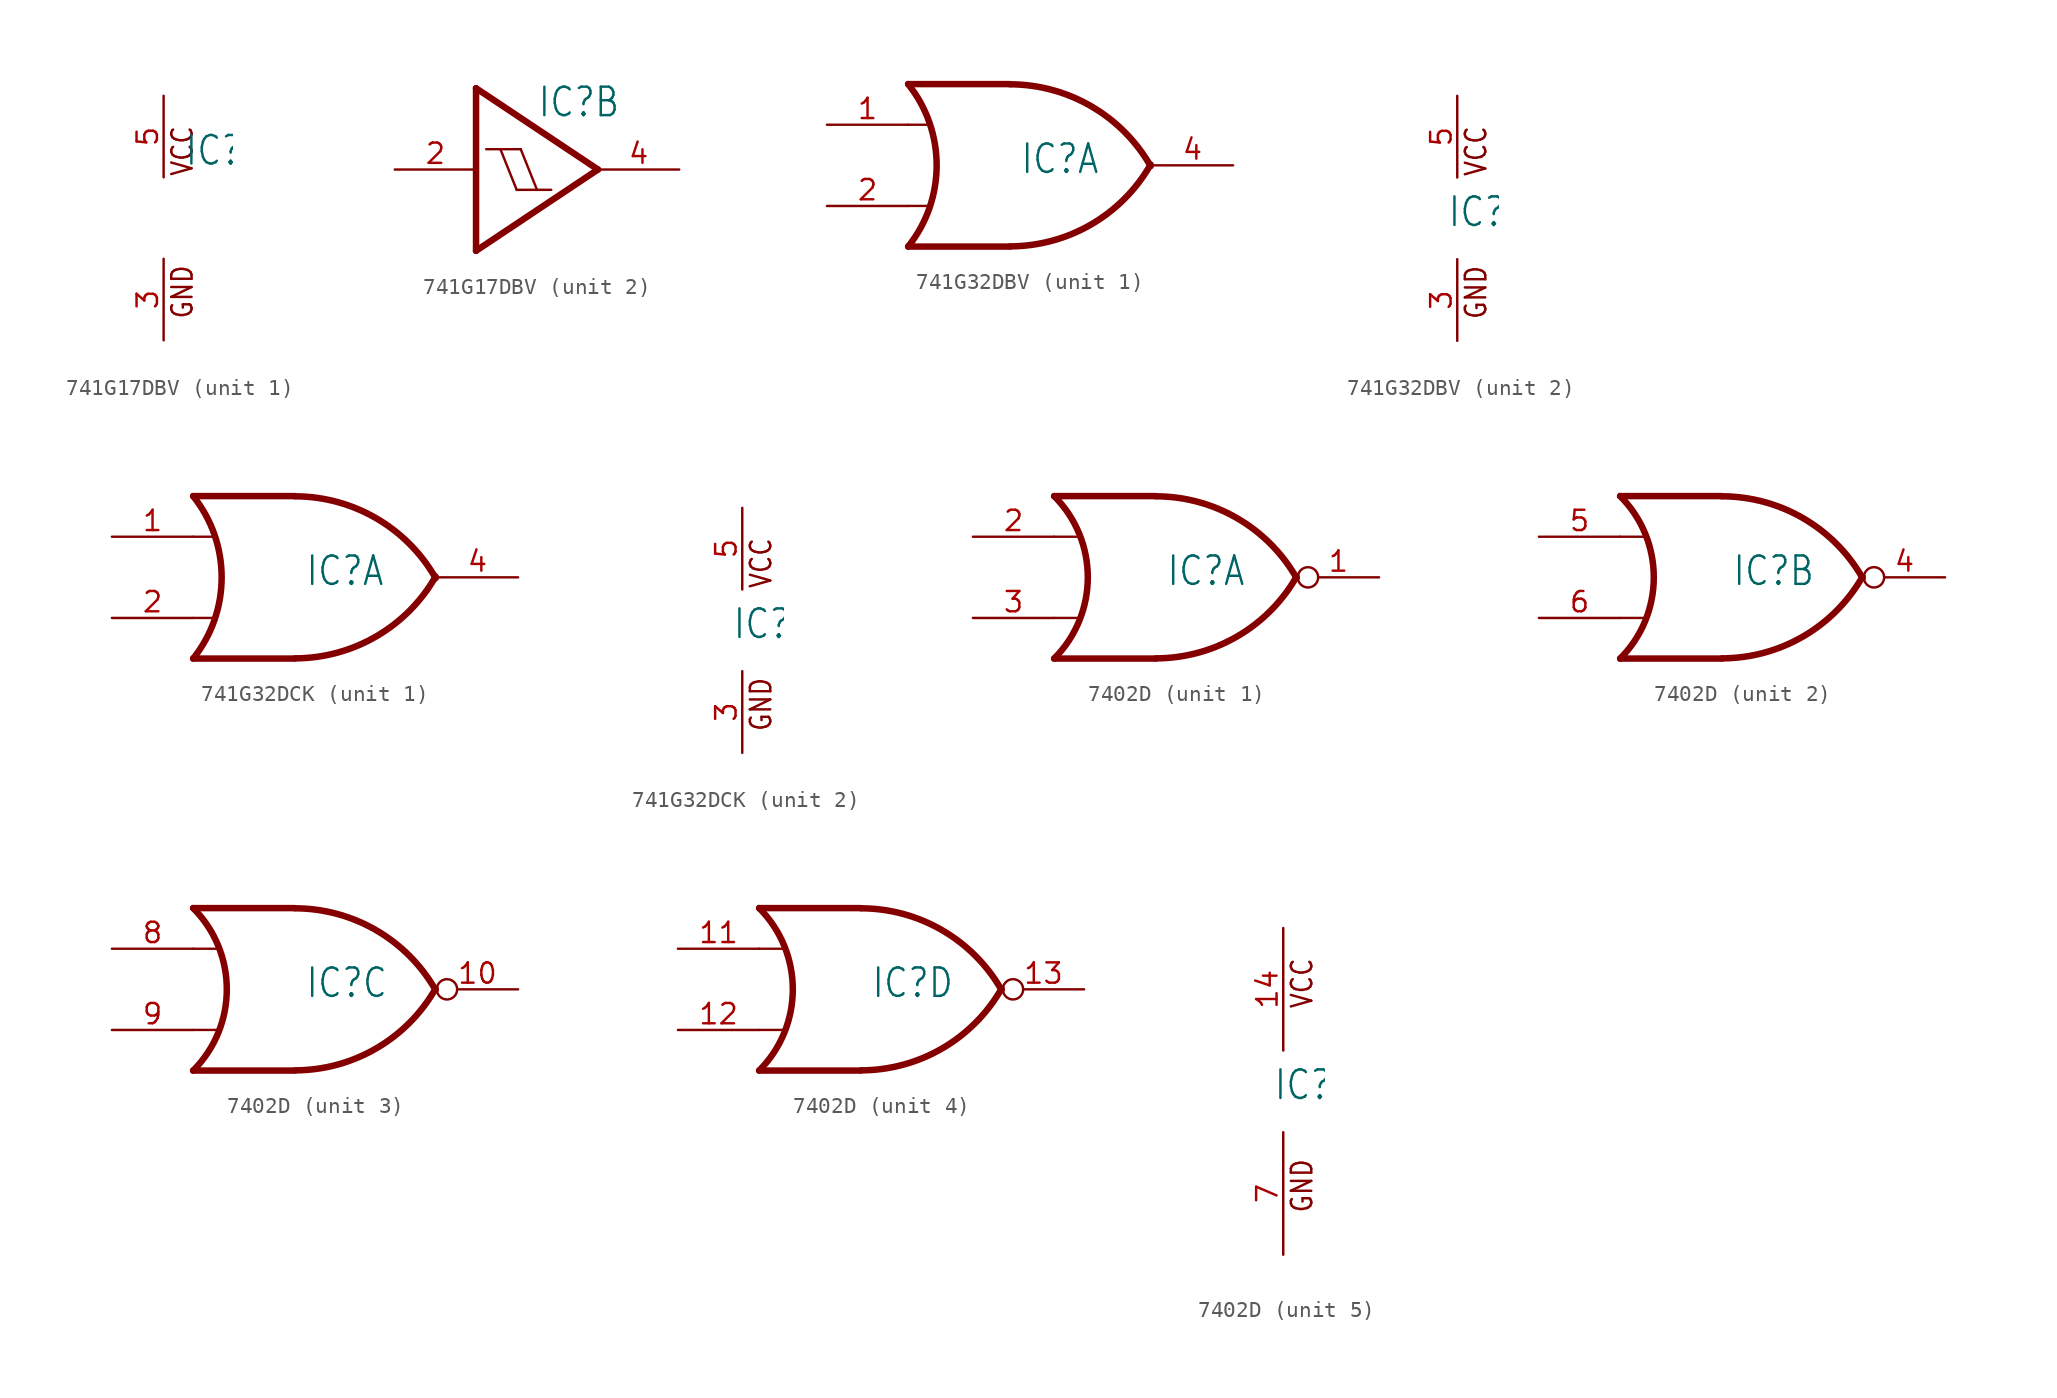
<source format=kicad_sym>
(kicad_symbol_lib
  (version 20231120)
  (generator "kicad_symbol_editor")
  (generator_version "8.0")
  (symbol "741G17DBV"
    (property "Reference" "IC"
      (at 1.27 3.175 0)
      (effects (font (size 1.778 1.511)) (justify left bottom)))
    (property "ki_locked" ""
      (at 0 0 0)
      (effects (font (size 1.27 1.27))))
    (symbol "741G17DBV_1_0"
      (text "GND" (at 1.905 -6.35 900) (effects (font (size 1.27 1.079)) (justify left bottom)))
      (text "VCC" (at 1.905 2.54 900) (effects (font (size 1.27 1.079)) (justify left bottom)))
      (pin power_in line (at 0 -7.62 90) (length 5.08) (name "GND" (effects (font (size 0 0)))) (number "3" (effects (font (size 1.27 1.27)))))
      (pin power_in line (at 0 7.62 270) (length 5.08) (name "VCC" (effects (font (size 0 0)))) (number "5" (effects (font (size 1.27 1.27))))))
    (symbol "741G17DBV_2_0"
      (polyline (pts (xy -2.54 -5.08) (xy -2.54 5.08)) (stroke (width 0.406) (type solid)) (fill (type none)))
      (polyline (pts (xy -2.54 5.08) (xy 5.08 0)) (stroke (width 0.406) (type solid)) (fill (type none)))
      (polyline (pts (xy -1.905 1.27) (xy -1.016 1.27)) (stroke (width 0.152) (type solid)) (fill (type none)))
      (polyline (pts (xy -1.016 1.27) (xy 0.254 1.27)) (stroke (width 0.152) (type solid)) (fill (type none)))
      (polyline (pts (xy 0 -1.27) (xy -1.016 1.27)) (stroke (width 0.152) (type solid)) (fill (type none)))
      (polyline (pts (xy 0 -1.27) (xy 1.27 -1.27)) (stroke (width 0.152) (type solid)) (fill (type none)))
      (polyline (pts (xy 1.27 -1.27) (xy 0.254 1.27)) (stroke (width 0.152) (type solid)) (fill (type none)))
      (polyline (pts (xy 1.27 -1.27) (xy 2.159 -1.27)) (stroke (width 0.152) (type solid)) (fill (type none)))
      (polyline (pts (xy 5.08 0) (xy -2.54 -5.08)) (stroke (width 0.406) (type solid)) (fill (type none)))
      (pin input line (at -7.62 0 0) (length 5.08) (name "I" (effects (font (size 0 0)))) (number "2" (effects (font (size 1.27 1.27)))))
      (pin output line (at 10.16 0 180) (length 5.08) (name "O" (effects (font (size 0 0)))) (number "4" (effects (font (size 1.27 1.27)))))))
  (symbol "741G32DBV"
    (property "Reference" "IC"
      (at -0.635 -0.635 0)
      (effects (font (size 1.778 1.511)) (justify left bottom)))
    (property "ki_locked" ""
      (at 0 0 0)
      (effects (font (size 1.27 1.27))))
    (symbol "741G32DBV_1_0"
      (arc (start -7.6199 -5.0799) (mid -5.838 0.0001) (end -7.62 5.08) (stroke (width 0.4064) (type solid)) (fill (type none)))
      (arc (start -1.2446 -5.0678) (mid 3.8371 -3.6891) (end 7.5439 0.0506) (stroke (width 0.4064) (type solid)) (fill (type none)))
      (polyline (pts (xy -7.62 -2.54) (xy -6.35 -2.54)) (stroke (width 0.152) (type solid)) (fill (type none)))
      (polyline (pts (xy -7.62 2.54) (xy -6.35 2.54)) (stroke (width 0.152) (type solid)) (fill (type none)))
      (polyline (pts (xy -1.27 -5.08) (xy -7.62 -5.08)) (stroke (width 0.406) (type solid)) (fill (type none)))
      (polyline (pts (xy -1.27 5.08) (xy -7.62 5.08)) (stroke (width 0.406) (type solid)) (fill (type none)))
      (arc (start 7.5441 -0.0504) (mid 3.8372 3.6892) (end -1.2446 5.0678) (stroke (width 0.4064) (type solid)) (fill (type none)))
      (pin input line (at -12.7 2.54 0) (length 5.08) (name "I0" (effects (font (size 0 0)))) (number "1" (effects (font (size 1.27 1.27)))))
      (pin input line (at -12.7 -2.54 0) (length 5.08) (name "I1" (effects (font (size 0 0)))) (number "2" (effects (font (size 1.27 1.27)))))
      (pin output line (at 12.7 0 180) (length 5.08) (name "O" (effects (font (size 0 0)))) (number "4" (effects (font (size 1.27 1.27))))))
    (symbol "741G32DBV_2_0"
      (text "GND" (at 1.905 -6.35 900) (effects (font (size 1.27 1.079)) (justify left bottom)))
      (text "VCC" (at 1.905 2.54 900) (effects (font (size 1.27 1.079)) (justify left bottom)))
      (pin power_in line (at 0 -7.62 90) (length 5.08) (name "GND" (effects (font (size 0 0)))) (number "3" (effects (font (size 1.27 1.27)))))
      (pin power_in line (at 0 7.62 270) (length 5.08) (name "VCC" (effects (font (size 0 0)))) (number "5" (effects (font (size 1.27 1.27)))))))
  (symbol "741G32DCK"
    (property "Reference" "IC"
      (at -0.635 -0.635 0)
      (effects (font (size 1.778 1.511)) (justify left bottom)))
    (property "ki_locked" ""
      (at 0 0 0)
      (effects (font (size 1.27 1.27))))
    (symbol "741G32DCK_1_0"
      (arc (start -7.6199 -5.0799) (mid -5.838 0.0001) (end -7.62 5.08) (stroke (width 0.4064) (type solid)) (fill (type none)))
      (arc (start -1.2446 -5.0678) (mid 3.8371 -3.6891) (end 7.5439 0.0506) (stroke (width 0.4064) (type solid)) (fill (type none)))
      (polyline (pts (xy -7.62 -2.54) (xy -6.35 -2.54)) (stroke (width 0.152) (type solid)) (fill (type none)))
      (polyline (pts (xy -7.62 2.54) (xy -6.35 2.54)) (stroke (width 0.152) (type solid)) (fill (type none)))
      (polyline (pts (xy -1.27 -5.08) (xy -7.62 -5.08)) (stroke (width 0.406) (type solid)) (fill (type none)))
      (polyline (pts (xy -1.27 5.08) (xy -7.62 5.08)) (stroke (width 0.406) (type solid)) (fill (type none)))
      (arc (start 7.5441 -0.0504) (mid 3.8372 3.6892) (end -1.2446 5.0678) (stroke (width 0.4064) (type solid)) (fill (type none)))
      (pin input line (at -12.7 2.54 0) (length 5.08) (name "I0" (effects (font (size 0 0)))) (number "1" (effects (font (size 1.27 1.27)))))
      (pin input line (at -12.7 -2.54 0) (length 5.08) (name "I1" (effects (font (size 0 0)))) (number "2" (effects (font (size 1.27 1.27)))))
      (pin output line (at 12.7 0 180) (length 5.08) (name "O" (effects (font (size 0 0)))) (number "4" (effects (font (size 1.27 1.27))))))
    (symbol "741G32DCK_2_0"
      (text "GND" (at 1.905 -6.35 900) (effects (font (size 1.27 1.079)) (justify left bottom)))
      (text "VCC" (at 1.905 2.54 900) (effects (font (size 1.27 1.079)) (justify left bottom)))
      (pin power_in line (at 0 -7.62 90) (length 5.08) (name "GND" (effects (font (size 0 0)))) (number "3" (effects (font (size 1.27 1.27)))))
      (pin power_in line (at 0 7.62 270) (length 5.08) (name "VCC" (effects (font (size 0 0)))) (number "5" (effects (font (size 1.27 1.27)))))))
  (symbol "7402D"
    (property "Reference" "IC"
      (at -0.635 -0.635 0)
      (effects (font (size 1.778 1.511)) (justify left bottom)))
    (property "ki_locked" ""
      (at 0 0 0)
      (effects (font (size 1.27 1.27))))
    (symbol "7402D_1_0"
      (arc (start -7.62 -5.08) (mid -5.5158 0) (end -7.62 5.08) (stroke (width 0.4064) (type solid)) (fill (type none)))
      (arc (start -1.2446 -5.0678) (mid 3.8371 -3.6891) (end 7.5439 0.0506) (stroke (width 0.4064) (type solid)) (fill (type none)))
      (polyline (pts (xy -7.62 -2.54) (xy -6.096 -2.54)) (stroke (width 0.152) (type solid)) (fill (type none)))
      (polyline (pts (xy -7.62 2.54) (xy -6.096 2.54)) (stroke (width 0.152) (type solid)) (fill (type none)))
      (polyline (pts (xy -1.27 -5.08) (xy -7.62 -5.08)) (stroke (width 0.406) (type solid)) (fill (type none)))
      (polyline (pts (xy -1.27 5.08) (xy -7.62 5.08)) (stroke (width 0.406) (type solid)) (fill (type none)))
      (arc (start 7.5441 -0.0504) (mid 3.8372 3.6892) (end -1.2446 5.0678) (stroke (width 0.4064) (type solid)) (fill (type none)))
      (pin output inverted (at 12.7 0 180) (length 5.08) (name "O" (effects (font (size 0 0)))) (number "1" (effects (font (size 1.27 1.27)))))
      (pin input line (at -12.7 2.54 0) (length 5.08) (name "I0" (effects (font (size 0 0)))) (number "2" (effects (font (size 1.27 1.27)))))
      (pin input line (at -12.7 -2.54 0) (length 5.08) (name "I1" (effects (font (size 0 0)))) (number "3" (effects (font (size 1.27 1.27))))))
    (symbol "7402D_2_0"
      (arc (start -7.62 -5.08) (mid -5.5158 0) (end -7.62 5.08) (stroke (width 0.4064) (type solid)) (fill (type none)))
      (arc (start -1.2446 -5.0678) (mid 3.8371 -3.6891) (end 7.5439 0.0506) (stroke (width 0.4064) (type solid)) (fill (type none)))
      (polyline (pts (xy -7.62 -2.54) (xy -6.096 -2.54)) (stroke (width 0.152) (type solid)) (fill (type none)))
      (polyline (pts (xy -7.62 2.54) (xy -6.096 2.54)) (stroke (width 0.152) (type solid)) (fill (type none)))
      (polyline (pts (xy -1.27 -5.08) (xy -7.62 -5.08)) (stroke (width 0.406) (type solid)) (fill (type none)))
      (polyline (pts (xy -1.27 5.08) (xy -7.62 5.08)) (stroke (width 0.406) (type solid)) (fill (type none)))
      (arc (start 7.5441 -0.0504) (mid 3.8372 3.6892) (end -1.2446 5.0678) (stroke (width 0.4064) (type solid)) (fill (type none)))
      (pin output inverted (at 12.7 0 180) (length 5.08) (name "O" (effects (font (size 0 0)))) (number "4" (effects (font (size 1.27 1.27)))))
      (pin input line (at -12.7 2.54 0) (length 5.08) (name "I0" (effects (font (size 0 0)))) (number "5" (effects (font (size 1.27 1.27)))))
      (pin input line (at -12.7 -2.54 0) (length 5.08) (name "I1" (effects (font (size 0 0)))) (number "6" (effects (font (size 1.27 1.27))))))
    (symbol "7402D_3_0"
      (arc (start -7.62 -5.08) (mid -5.5158 0) (end -7.62 5.08) (stroke (width 0.4064) (type solid)) (fill (type none)))
      (arc (start -1.2446 -5.0678) (mid 3.8371 -3.6891) (end 7.5439 0.0506) (stroke (width 0.4064) (type solid)) (fill (type none)))
      (polyline (pts (xy -7.62 -2.54) (xy -6.096 -2.54)) (stroke (width 0.152) (type solid)) (fill (type none)))
      (polyline (pts (xy -7.62 2.54) (xy -6.096 2.54)) (stroke (width 0.152) (type solid)) (fill (type none)))
      (polyline (pts (xy -1.27 -5.08) (xy -7.62 -5.08)) (stroke (width 0.406) (type solid)) (fill (type none)))
      (polyline (pts (xy -1.27 5.08) (xy -7.62 5.08)) (stroke (width 0.406) (type solid)) (fill (type none)))
      (arc (start 7.5441 -0.0504) (mid 3.8372 3.6892) (end -1.2446 5.0678) (stroke (width 0.4064) (type solid)) (fill (type none)))
      (pin output inverted (at 12.7 0 180) (length 5.08) (name "O" (effects (font (size 0 0)))) (number "10" (effects (font (size 1.27 1.27)))))
      (pin input line (at -12.7 2.54 0) (length 5.08) (name "I0" (effects (font (size 0 0)))) (number "8" (effects (font (size 1.27 1.27)))))
      (pin input line (at -12.7 -2.54 0) (length 5.08) (name "I1" (effects (font (size 0 0)))) (number "9" (effects (font (size 1.27 1.27))))))
    (symbol "7402D_4_0"
      (arc (start -7.62 -5.08) (mid -5.5158 0) (end -7.62 5.08) (stroke (width 0.4064) (type solid)) (fill (type none)))
      (arc (start -1.2446 -5.0678) (mid 3.8371 -3.6891) (end 7.5439 0.0506) (stroke (width 0.4064) (type solid)) (fill (type none)))
      (polyline (pts (xy -7.62 -2.54) (xy -6.096 -2.54)) (stroke (width 0.152) (type solid)) (fill (type none)))
      (polyline (pts (xy -7.62 2.54) (xy -6.096 2.54)) (stroke (width 0.152) (type solid)) (fill (type none)))
      (polyline (pts (xy -1.27 -5.08) (xy -7.62 -5.08)) (stroke (width 0.406) (type solid)) (fill (type none)))
      (polyline (pts (xy -1.27 5.08) (xy -7.62 5.08)) (stroke (width 0.406) (type solid)) (fill (type none)))
      (arc (start 7.5441 -0.0504) (mid 3.8372 3.6892) (end -1.2446 5.0678) (stroke (width 0.4064) (type solid)) (fill (type none)))
      (pin input line (at -12.7 2.54 0) (length 5.08) (name "I0" (effects (font (size 0 0)))) (number "11" (effects (font (size 1.27 1.27)))))
      (pin input line (at -12.7 -2.54 0) (length 5.08) (name "I1" (effects (font (size 0 0)))) (number "12" (effects (font (size 1.27 1.27)))))
      (pin output inverted (at 12.7 0 180) (length 5.08) (name "O" (effects (font (size 0 0)))) (number "13" (effects (font (size 1.27 1.27))))))
    (symbol "7402D_5_0"
      (text "GND" (at 1.905 -7.62 900) (effects (font (size 1.27 1.079)) (justify left bottom)))
      (text "VCC" (at 1.905 5.08 900) (effects (font (size 1.27 1.079)) (justify left bottom)))
      (pin power_in line (at 0 10.16 270) (length 7.62) (name "VCC" (effects (font (size 0 0)))) (number "14" (effects (font (size 1.27 1.27)))))
      (pin power_in line (at 0 -10.16 90) (length 7.62) (name "GND" (effects (font (size 0 0)))) (number "7" (effects (font (size 1.27 1.27))))))))
</source>
